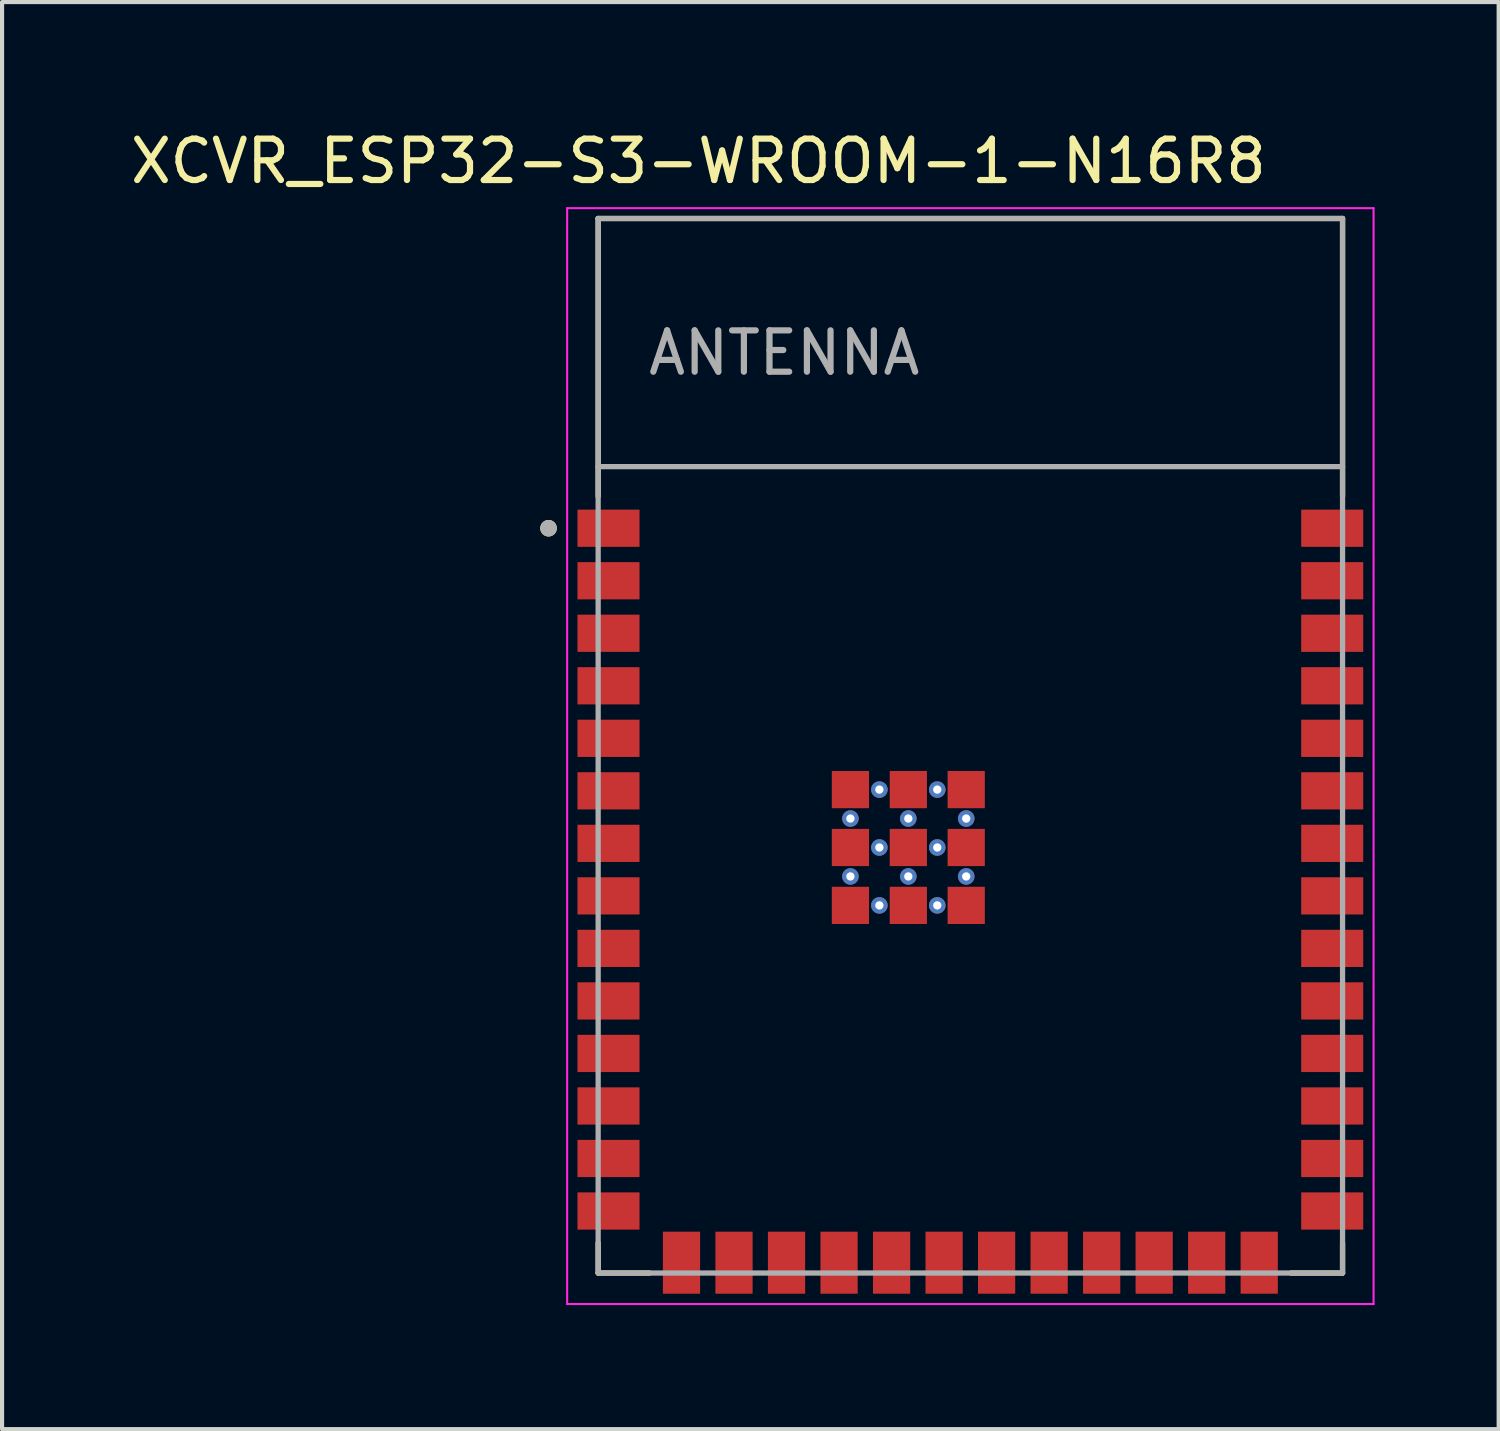
<source format=kicad_pcb>
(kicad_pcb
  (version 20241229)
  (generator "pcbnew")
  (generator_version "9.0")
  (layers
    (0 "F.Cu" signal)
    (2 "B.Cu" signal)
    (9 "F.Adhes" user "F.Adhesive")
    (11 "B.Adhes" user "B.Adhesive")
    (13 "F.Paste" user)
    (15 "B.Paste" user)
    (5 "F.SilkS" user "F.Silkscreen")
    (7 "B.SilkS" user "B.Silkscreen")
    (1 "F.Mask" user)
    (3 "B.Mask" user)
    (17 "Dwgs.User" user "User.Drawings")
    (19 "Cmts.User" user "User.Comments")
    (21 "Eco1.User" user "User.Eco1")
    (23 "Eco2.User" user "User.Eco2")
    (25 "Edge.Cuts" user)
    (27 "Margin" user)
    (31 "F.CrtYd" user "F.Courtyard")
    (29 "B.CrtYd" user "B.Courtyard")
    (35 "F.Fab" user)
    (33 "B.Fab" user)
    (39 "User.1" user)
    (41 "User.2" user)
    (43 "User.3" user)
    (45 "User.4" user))
  (footprint "XCVR_ESP32-S3-WROOM-1-N16R8"
    (layer "F.Cu")
    (at 20.414 14.983)
    (property "Reference" "XCVR_ESP32-S3-WROOM-1-N16R8" (at -6.575 -14.135 0) (layer "F.SilkS") (effects (font (size 1 1) (thickness 0.15))))
    (attr smd)
    (fp_line (start -9 -12.75) (end 9 -12.75) (stroke (width 0.127) (type solid)) (layer "F.SilkS"))
    (fp_line (start -9 -6.03) (end -9 -12.75) (stroke (width 0.127) (type solid)) (layer "F.SilkS"))
    (fp_line (start -9 12.02) (end -9 12.75) (stroke (width 0.127) (type solid)) (layer "F.SilkS"))
    (fp_line (start -9 12.75) (end -7.755 12.75) (stroke (width 0.127) (type solid)) (layer "F.SilkS"))
    (fp_line (start 9 -12.75) (end 9 -6.03) (stroke (width 0.127) (type solid)) (layer "F.SilkS"))
    (fp_line (start 9 12.02) (end 9 12.75) (stroke (width 0.127) (type solid)) (layer "F.SilkS"))
    (fp_line (start 9 12.75) (end 7.755 12.75) (stroke (width 0.127) (type solid)) (layer "F.SilkS"))
    (fp_circle (center -10.2 -5.26) (end -10.1 -5.26) (stroke (width 0.2) (type solid)) (fill no) (layer "F.SilkS"))
    (fp_line (start -9.75 -13) (end 9.75 -13) (stroke (width 0.05) (type solid)) (layer "F.CrtYd"))
    (fp_line (start -9.75 13.5) (end -9.75 -13) (stroke (width 0.05) (type solid)) (layer "F.CrtYd"))
    (fp_line (start -9.75 13.5) (end 9.75 13.5) (stroke (width 0.05) (type solid)) (layer "F.CrtYd"))
    (fp_line (start 9.75 -13) (end 9.75 13.5) (stroke (width 0.05) (type solid)) (layer "F.CrtYd"))
    (fp_line (start -9 -12.75) (end 9 -12.75) (stroke (width 0.127) (type solid)) (layer "F.Fab"))
    (fp_line (start -9 -6.75) (end -9 -12.75) (stroke (width 0.127) (type solid)) (layer "F.Fab"))
    (fp_line (start -9 -6.75) (end 9 -6.75) (stroke (width 0.127) (type solid)) (layer "F.Fab"))
    (fp_line (start -9 12.75) (end -9 -6.75) (stroke (width 0.127) (type solid)) (layer "F.Fab"))
    (fp_line (start 9 -12.75) (end 9 -6.75) (stroke (width 0.127) (type solid)) (layer "F.Fab"))
    (fp_line (start 9 -6.75) (end 9 12.75) (stroke (width 0.127) (type solid)) (layer "F.Fab"))
    (fp_line (start 9 12.75) (end -9 12.75) (stroke (width 0.127) (type solid)) (layer "F.Fab"))
    (fp_circle (center -10.2 -5.26) (end -10.1 -5.26) (stroke (width 0.2) (type solid)) (fill no) (layer "F.Fab"))
    (fp_text user "ANTENNA" (at -4.5 -9.5 0) (layer "F.Fab") (effects (font (size 1 1) (thickness 0.15))))
    (pad "1" smd rect (at -8.75 -5.26) (size 1.5 0.9) (layers "F.Cu" "F.Mask" "F.Paste"))
    (pad "2" smd rect (at -8.75 -3.99) (size 1.5 0.9) (layers "F.Cu" "F.Mask" "F.Paste"))
    (pad "3" smd rect (at -8.75 -2.72) (size 1.5 0.9) (layers "F.Cu" "F.Mask" "F.Paste"))
    (pad "4" smd rect (at -8.75 -1.45) (size 1.5 0.9) (layers "F.Cu" "F.Mask" "F.Paste"))
    (pad "5" smd rect (at -8.75 -0.18) (size 1.5 0.9) (layers "F.Cu" "F.Mask" "F.Paste"))
    (pad "6" smd rect (at -8.75 1.09) (size 1.5 0.9) (layers "F.Cu" "F.Mask" "F.Paste"))
    (pad "7" smd rect (at -8.75 2.36) (size 1.5 0.9) (layers "F.Cu" "F.Mask" "F.Paste"))
    (pad "8" smd rect (at -8.75 3.63) (size 1.5 0.9) (layers "F.Cu" "F.Mask" "F.Paste"))
    (pad "9" smd rect (at -8.75 4.9) (size 1.5 0.9) (layers "F.Cu" "F.Mask" "F.Paste"))
    (pad "10" smd rect (at -8.75 6.17) (size 1.5 0.9) (layers "F.Cu" "F.Mask" "F.Paste"))
    (pad "11" smd rect (at -8.75 7.44) (size 1.5 0.9) (layers "F.Cu" "F.Mask" "F.Paste"))
    (pad "12" smd rect (at -8.75 8.71) (size 1.5 0.9) (layers "F.Cu" "F.Mask" "F.Paste"))
    (pad "13" smd rect (at -8.75 9.98) (size 1.5 0.9) (layers "F.Cu" "F.Mask" "F.Paste"))
    (pad "14" smd rect (at -8.75 11.25) (size 1.5 0.9) (layers "F.Cu" "F.Mask" "F.Paste"))
    (pad "15" smd rect (at -6.985 12.5) (size 0.9 1.5) (layers "F.Cu" "F.Mask" "F.Paste"))
    (pad "16" smd rect (at -5.715 12.5) (size 0.9 1.5) (layers "F.Cu" "F.Mask" "F.Paste"))
    (pad "17" smd rect (at -4.445 12.5) (size 0.9 1.5) (layers "F.Cu" "F.Mask" "F.Paste"))
    (pad "18" smd rect (at -3.175 12.5) (size 0.9 1.5) (layers "F.Cu" "F.Mask" "F.Paste"))
    (pad "19" smd rect (at -1.905 12.5) (size 0.9 1.5) (layers "F.Cu" "F.Mask" "F.Paste"))
    (pad "20" smd rect (at -0.635 12.5) (size 0.9 1.5) (layers "F.Cu" "F.Mask" "F.Paste"))
    (pad "21" smd rect (at 0.635 12.5) (size 0.9 1.5) (layers "F.Cu" "F.Mask" "F.Paste"))
    (pad "22" smd rect (at 1.905 12.5) (size 0.9 1.5) (layers "F.Cu" "F.Mask" "F.Paste"))
    (pad "23" smd rect (at 3.175 12.5) (size 0.9 1.5) (layers "F.Cu" "F.Mask" "F.Paste"))
    (pad "24" smd rect (at 4.445 12.5) (size 0.9 1.5) (layers "F.Cu" "F.Mask" "F.Paste"))
    (pad "25" smd rect (at 5.715 12.5) (size 0.9 1.5) (layers "F.Cu" "F.Mask" "F.Paste"))
    (pad "26" smd rect (at 6.985 12.5) (size 0.9 1.5) (layers "F.Cu" "F.Mask" "F.Paste"))
    (pad "27" smd rect (at 8.75 11.25) (size 1.5 0.9) (layers "F.Cu" "F.Mask" "F.Paste"))
    (pad "28" smd rect (at 8.75 9.98) (size 1.5 0.9) (layers "F.Cu" "F.Mask" "F.Paste"))
    (pad "29" smd rect (at 8.75 8.71) (size 1.5 0.9) (layers "F.Cu" "F.Mask" "F.Paste"))
    (pad "30" smd rect (at 8.75 7.44) (size 1.5 0.9) (layers "F.Cu" "F.Mask" "F.Paste"))
    (pad "31" smd rect (at 8.75 6.17) (size 1.5 0.9) (layers "F.Cu" "F.Mask" "F.Paste"))
    (pad "32" smd rect (at 8.75 4.9) (size 1.5 0.9) (layers "F.Cu" "F.Mask" "F.Paste"))
    (pad "33" smd rect (at 8.75 3.63) (size 1.5 0.9) (layers "F.Cu" "F.Mask" "F.Paste"))
    (pad "34" smd rect (at 8.75 2.36) (size 1.5 0.9) (layers "F.Cu" "F.Mask" "F.Paste"))
    (pad "35" smd rect (at 8.75 1.09) (size 1.5 0.9) (layers "F.Cu" "F.Mask" "F.Paste"))
    (pad "36" smd rect (at 8.75 -0.18) (size 1.5 0.9) (layers "F.Cu" "F.Mask" "F.Paste"))
    (pad "37" smd rect (at 8.75 -1.45) (size 1.5 0.9) (layers "F.Cu" "F.Mask" "F.Paste"))
    (pad "38" smd rect (at 8.75 -2.72) (size 1.5 0.9) (layers "F.Cu" "F.Mask" "F.Paste"))
    (pad "39" smd rect (at 8.75 -3.99) (size 1.5 0.9) (layers "F.Cu" "F.Mask" "F.Paste"))
    (pad "40" smd rect (at 8.75 -5.26) (size 1.5 0.9) (layers "F.Cu" "F.Mask" "F.Paste"))
    (pad "41_1" smd rect (at -1.5 2.46) (size 0.9 0.9) (layers "F.Cu" "F.Mask" "F.Paste"))
    (pad "41_2" smd rect (at -2.9 2.46) (size 0.9 0.9) (layers "F.Cu" "F.Mask" "F.Paste"))
    (pad "41_3" smd rect (at -0.1 2.46) (size 0.9 0.9) (layers "F.Cu" "F.Mask" "F.Paste"))
    (pad "41_4" smd rect (at -2.9 3.86) (size 0.9 0.9) (layers "F.Cu" "F.Mask" "F.Paste"))
    (pad "41_5" smd rect (at -1.5 3.86) (size 0.9 0.9) (layers "F.Cu" "F.Mask" "F.Paste"))
    (pad "41_6" smd rect (at -0.1 3.86) (size 0.9 0.9) (layers "F.Cu" "F.Mask" "F.Paste"))
    (pad "41_7" smd rect (at -2.9 1.06) (size 0.9 0.9) (layers "F.Cu" "F.Mask" "F.Paste"))
    (pad "41_8" smd rect (at -1.5 1.06) (size 0.9 0.9) (layers "F.Cu" "F.Mask" "F.Paste"))
    (pad "41_9" smd rect (at -0.1 1.06) (size 0.9 0.9) (layers "F.Cu" "F.Mask" "F.Paste"))
    (pad "41_10" thru_hole circle (at -1.5 1.76) (size 0.4 0.4) (drill 0.2) (layers "*.Cu"))
    (pad "41_11" thru_hole circle (at -2.9 1.76) (size 0.4 0.4) (drill 0.2) (layers "*.Cu"))
    (pad "41_12" thru_hole circle (at -0.1 1.76) (size 0.4 0.4) (drill 0.2) (layers "*.Cu"))
    (pad "41_13" thru_hole circle (at -2.9 3.16) (size 0.4 0.4) (drill 0.2) (layers "*.Cu"))
    (pad "41_14" thru_hole circle (at -1.5 3.16) (size 0.4 0.4) (drill 0.2) (layers "*.Cu"))
    (pad "41_15" thru_hole circle (at -0.1 3.16) (size 0.4 0.4) (drill 0.2) (layers "*.Cu"))
    (pad "41_16" thru_hole circle (at -2.2 1.06) (size 0.4 0.4) (drill 0.2) (layers "*.Cu"))
    (pad "41_17" thru_hole circle (at -0.8 1.06) (size 0.4 0.4) (drill 0.2) (layers "*.Cu"))
    (pad "41_18" thru_hole circle (at -2.2 2.46) (size 0.4 0.4) (drill 0.2) (layers "*.Cu"))
    (pad "41_19" thru_hole circle (at -0.8 2.46) (size 0.4 0.4) (drill 0.2) (layers "*.Cu"))
    (pad "41_20" thru_hole circle (at -2.2 3.86) (size 0.4 0.4) (drill 0.2) (layers "*.Cu"))
    (pad "41_21" thru_hole circle (at -0.8 3.86) (size 0.4 0.4) (drill 0.2) (layers "*.Cu"))
    (zone (net_name "") (layer "F.Cu") (hatch full 0.508) (connect_pads) (min_thickness 0.01) (filled_areas_thickness no) (keepout (tracks not_allowed) (vias not_allowed) (pads not_allowed) (copperpour not_allowed) (footprints allowed)) (placement (enabled no)) (fill) (polygon (pts (xy 11.414 2.233) (xy 29.414 2.233) (xy 29.414 8.233) (xy 11.414 8.233))))
    (zone (net_name "") (layers "F.Cu" "B.Cu") (hatch full 0.508) (connect_pads) (min_thickness 0.01) (filled_areas_thickness no) (keepout (tracks allowed) (vias not_allowed) (pads allowed) (copperpour allowed) (footprints allowed)) (placement (enabled no)) (fill) (polygon (pts (xy 11.414 2.233) (xy 29.414 2.233) (xy 29.414 8.233) (xy 11.414 8.233))))
    (zone (net_name "") (layer "B.Cu") (hatch full 0.508) (connect_pads) (min_thickness 0.01) (filled_areas_thickness no) (keepout (tracks not_allowed) (vias not_allowed) (pads not_allowed) (copperpour not_allowed) (footprints allowed)) (placement (enabled no)) (fill) (polygon (pts (xy 11.414 2.233) (xy 29.414 2.233) (xy 29.414 8.233) (xy 11.414 8.233)))))
  (gr_rect
    (start -3 -3)
    (end 33.189 31.508)
    (stroke (width 0.1) (type default))
    (fill no)
    (layer "Edge.Cuts")))
</source>
